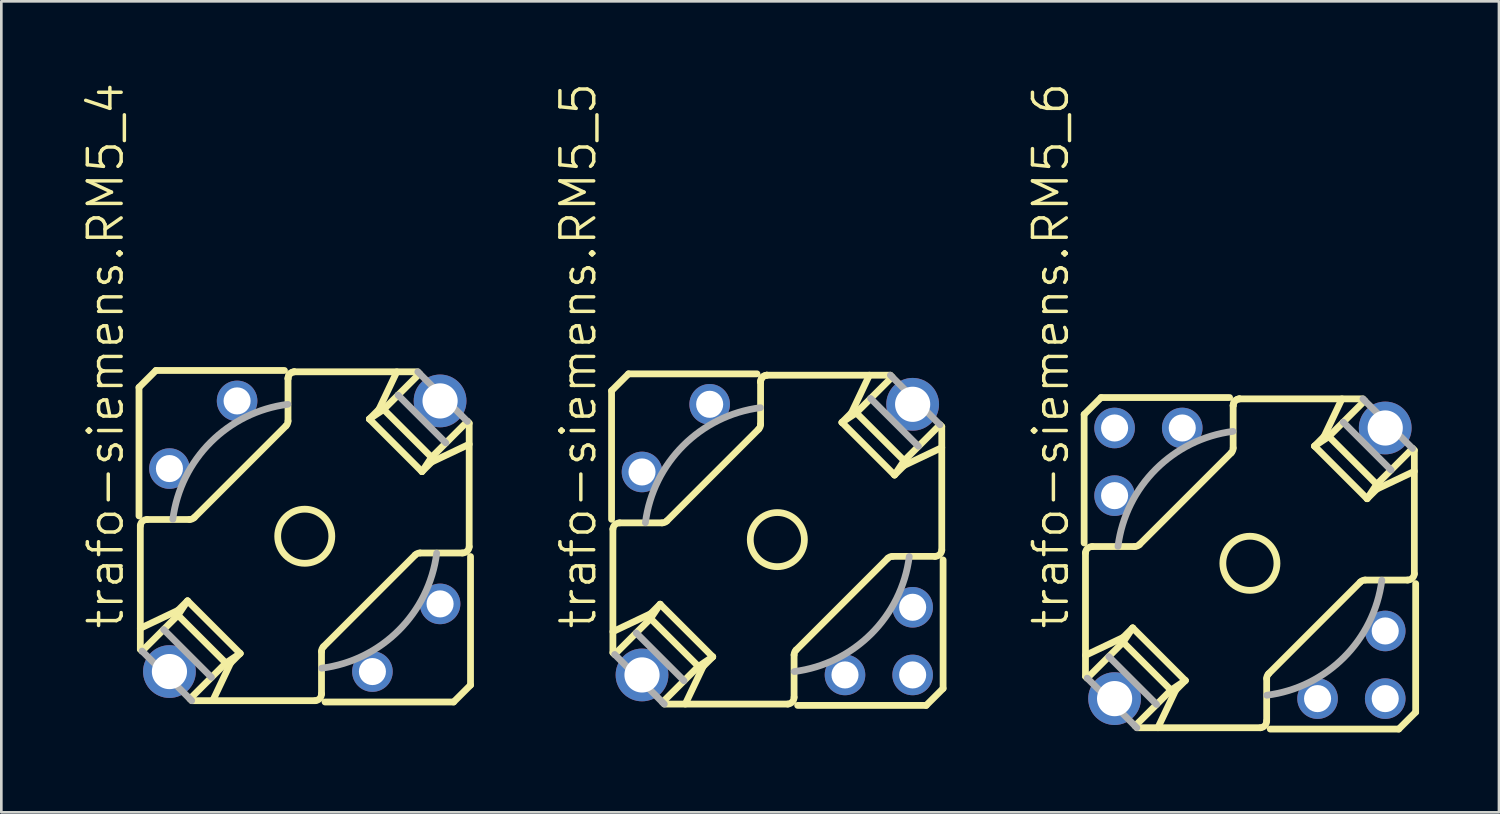
<source format=kicad_pcb>
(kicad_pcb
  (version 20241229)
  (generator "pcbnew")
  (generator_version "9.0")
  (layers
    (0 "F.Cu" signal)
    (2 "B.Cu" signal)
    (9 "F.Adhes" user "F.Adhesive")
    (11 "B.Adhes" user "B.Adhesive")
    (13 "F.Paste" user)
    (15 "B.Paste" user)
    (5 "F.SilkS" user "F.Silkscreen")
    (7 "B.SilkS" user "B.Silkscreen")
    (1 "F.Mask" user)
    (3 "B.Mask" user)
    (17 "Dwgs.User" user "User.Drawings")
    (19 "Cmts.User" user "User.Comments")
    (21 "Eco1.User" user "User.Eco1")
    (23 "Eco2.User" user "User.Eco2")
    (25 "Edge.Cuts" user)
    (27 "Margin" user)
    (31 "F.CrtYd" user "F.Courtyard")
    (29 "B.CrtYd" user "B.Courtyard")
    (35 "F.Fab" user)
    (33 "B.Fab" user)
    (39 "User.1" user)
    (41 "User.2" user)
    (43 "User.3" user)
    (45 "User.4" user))
  (footprint "trafo-siemens.RM5_4"
    (layer "F.Cu")
    (at 8.391 17.081)
    (property "Reference" "trafo-siemens.RM5_4" (at -6.731 3.556 90) (layer "F.SilkS") (effects (font (size 1.27 1.27) (thickness 0.13)) (justify left bottom)))
    (attr through_hole)
    (fp_line (start -6.223 -5.588) (end -6.223 -0.762) (stroke (width 0.254) (type default)) (layer "F.SilkS"))
    (fp_line (start -6.173 -0.396) (end -6.173 4.244) (stroke (width 0.254) (type default)) (layer "F.SilkS"))
    (fp_line (start -6.173 3.455) (end -4.76 2.784) (stroke (width 0.254) (type default)) (layer "F.SilkS"))
    (fp_line (start -6.107 4.311) (end -6.173 4.244) (stroke (width 0.254) (type default)) (layer "F.SilkS"))
    (fp_line (start -5.588 -6.223) (end -6.223 -5.588) (stroke (width 0.254) (type default)) (layer "F.SilkS"))
    (fp_line (start -4.76 2.963) (end -6.107 4.311) (stroke (width 0.254) (type default)) (layer "F.SilkS"))
    (fp_line (start -4.76 2.963) (end -4.4 2.425) (stroke (width 0.254) (type default)) (layer "F.SilkS"))
    (fp_line (start -4.4 2.425) (end -4.76 2.784) (stroke (width 0.254) (type default)) (layer "F.SilkS"))
    (fp_line (start -4.4 2.425) (end -2.425 4.4) (stroke (width 0.254) (type default)) (layer "F.SilkS"))
    (fp_line (start -4.326 -0.629) (end -5.92 -0.629) (stroke (width 0.254) (type default)) (layer "F.SilkS"))
    (fp_line (start -4.146 -0.703) (end -0.703 -4.146) (stroke (width 0.254) (type default)) (layer "F.SilkS"))
    (fp_line (start -3.455 6.173) (end -2.784 4.76) (stroke (width 0.254) (type default)) (layer "F.SilkS"))
    (fp_line (start -2.963 4.76) (end -4.76 2.963) (stroke (width 0.254) (type default)) (layer "F.SilkS"))
    (fp_line (start -2.963 4.76) (end -4.311 6.107) (stroke (width 0.254) (type default)) (layer "F.SilkS"))
    (fp_line (start -2.963 4.76) (end -2.425 4.4) (stroke (width 0.254) (type default)) (layer "F.SilkS"))
    (fp_line (start -2.425 4.4) (end -2.784 4.76) (stroke (width 0.254) (type default)) (layer "F.SilkS"))
    (fp_line (start -0.762 -6.223) (end -5.588 -6.223) (stroke (width 0.254) (type default)) (layer "F.SilkS"))
    (fp_line (start -0.629 -4.326) (end -0.629 -5.92) (stroke (width 0.254) (type default)) (layer "F.SilkS"))
    (fp_line (start 0.396 6.173) (end -4.244 6.173) (stroke (width 0.254) (type default)) (layer "F.SilkS"))
    (fp_line (start 0.629 5.92) (end 0.629 4.326) (stroke (width 0.254) (type default)) (layer "F.SilkS"))
    (fp_line (start 0.703 4.146) (end 4.146 0.703) (stroke (width 0.254) (type default)) (layer "F.SilkS"))
    (fp_line (start 0.762 6.223) (end 5.588 6.223) (stroke (width 0.254) (type default)) (layer "F.SilkS"))
    (fp_line (start 2.425 -4.4) (end 2.784 -4.76) (stroke (width 0.254) (type default)) (layer "F.SilkS"))
    (fp_line (start 2.425 -4.4) (end 4.4 -2.425) (stroke (width 0.254) (type default)) (layer "F.SilkS"))
    (fp_line (start 2.963 -4.76) (end 2.425 -4.4) (stroke (width 0.254) (type default)) (layer "F.SilkS"))
    (fp_line (start 2.963 -4.76) (end 3.502 -5.298) (stroke (width 0.254) (type default)) (layer "F.SilkS"))
    (fp_line (start 3.455 -6.173) (end 2.784 -4.76) (stroke (width 0.254) (type default)) (layer "F.SilkS"))
    (fp_line (start 3.502 -5.298) (end 4.311 -6.107) (stroke (width 0.254) (type default)) (layer "F.SilkS"))
    (fp_line (start 4.244 -6.173) (end -0.396 -6.173) (stroke (width 0.254) (type default)) (layer "F.SilkS"))
    (fp_line (start 4.4 -2.425) (end 4.76 -2.784) (stroke (width 0.254) (type default)) (layer "F.SilkS"))
    (fp_line (start 4.76 -2.963) (end 2.963 -4.76) (stroke (width 0.254) (type default)) (layer "F.SilkS"))
    (fp_line (start 4.76 -2.963) (end 4.4 -2.425) (stroke (width 0.254) (type default)) (layer "F.SilkS"))
    (fp_line (start 4.76 -2.963) (end 6.107 -4.311) (stroke (width 0.254) (type default)) (layer "F.SilkS"))
    (fp_line (start 5.588 6.223) (end 6.223 5.588) (stroke (width 0.254) (type default)) (layer "F.SilkS"))
    (fp_line (start 5.92 0.629) (end 4.326 0.629) (stroke (width 0.254) (type default)) (layer "F.SilkS"))
    (fp_line (start 6.173 -4.244) (end 6.107 -4.311) (stroke (width 0.254) (type default)) (layer "F.SilkS"))
    (fp_line (start 6.173 -4.244) (end 6.173 0.396) (stroke (width 0.254) (type default)) (layer "F.SilkS"))
    (fp_line (start 6.173 -3.455) (end 4.76 -2.784) (stroke (width 0.254) (type default)) (layer "F.SilkS"))
    (fp_line (start 6.223 5.588) (end 6.223 0.762) (stroke (width 0.254) (type default)) (layer "F.SilkS"))
    (fp_arc (start -6.1734 -0.3961) (mid -6.092158 -0.56173) (end -5.9203 -0.6288) (stroke (width 0.254) (type default)) (layer "F.SilkS"))
    (fp_arc (start -4.1463 -0.703) (mid -4.228701 -0.647938) (end -4.3259 -0.6286) (stroke (width 0.254) (type default)) (layer "F.SilkS"))
    (fp_arc (start -0.6286 -5.9203) (mid -0.561724 -6.092269) (end -0.3961 -6.1736) (stroke (width 0.254) (type default)) (layer "F.SilkS"))
    (fp_arc (start -0.6286 -5.9203) (mid -0.561724 -6.092269) (end -0.3961 -6.1736) (stroke (width 0.254) (type default)) (layer "F.SilkS"))
    (fp_arc (start -0.6286 -4.3259) (mid -0.647938 -4.228701) (end -0.703 -4.1463) (stroke (width 0.254) (type default)) (layer "F.SilkS"))
    (fp_arc (start 0.6285 5.9203) (mid 0.561619 6.092136) (end 0.3961 6.1734) (stroke (width 0.254) (type default)) (layer "F.SilkS"))
    (fp_arc (start 0.6286 4.3259) (mid 0.647938 4.228701) (end 0.703 4.1463) (stroke (width 0.254) (type default)) (layer "F.SilkS"))
    (fp_arc (start 4.1463 0.703) (mid 4.228701 0.647938) (end 4.3259 0.6286) (stroke (width 0.254) (type default)) (layer "F.SilkS"))
    (fp_arc (start 6.1733 0.3961) (mid 6.09208 0.561622) (end 5.9203 0.6286) (stroke (width 0.254) (type default)) (layer "F.SilkS"))
    (fp_circle (center 0 0) (end 1.016 0) (stroke (width 0.254) (type default)) (fill no) (layer "F.SilkS"))
    (fp_line (start -5.298 3.502) (end -3.502 5.298) (stroke (width 0.254) (type default)) (layer "F.Fab"))
    (fp_line (start -4.244 6.173) (end -6.107 4.311) (stroke (width 0.254) (type default)) (layer "F.Fab"))
    (fp_line (start 3.502 -5.298) (end 5.298 -3.502) (stroke (width 0.254) (type default)) (layer "F.Fab"))
    (fp_line (start 6.107 -4.311) (end 4.244 -6.173) (stroke (width 0.254) (type default)) (layer "F.Fab"))
    (fp_arc (start -4.953 -0.635) (mid -3.530965 -3.530965) (end -0.635 -4.953) (stroke (width 0.254) (type default)) (layer "F.Fab"))
    (fp_arc (start 4.953 0.635) (mid 3.530965 3.530965) (end 0.635 4.953) (stroke (width 0.254) (type default)) (layer "F.Fab"))
    (pad "2" thru_hole circle (at 5.08 2.54) (size 1.524 1.524) (drill 1.016) (layers "*.Cu" "*.Mask"))
    (pad "3" thru_hole circle (at -2.54 -5.08) (size 1.524 1.524) (drill 1.016) (layers "*.Cu" "*.Mask"))
    (pad "5" thru_hole circle (at -5.08 -2.54) (size 1.524 1.524) (drill 1.016) (layers "*.Cu" "*.Mask"))
    (pad "6" thru_hole circle (at 2.54 5.08) (size 1.524 1.524) (drill 1.016) (layers "*.Cu" "*.Mask"))
    (pad "M" thru_hole circle (at -5.08 5.08) (size 1.981 1.981) (drill 1.321) (layers "*.Cu" "*.Mask"))
    (pad "M1" thru_hole circle (at 5.08 -5.08) (size 1.981 1.981) (drill 1.321) (layers "*.Cu" "*.Mask")))
  (footprint "trafo-siemens.RM5_6"
    (layer "F.Cu")
    (at 43.873 18.097)
    (property "Reference" "trafo-siemens.RM5_6" (at -6.731 2.54 90) (layer "F.SilkS") (effects (font (size 1.27 1.27) (thickness 0.13)) (justify left bottom)))
    (attr through_hole)
    (fp_line (start -6.223 -5.588) (end -6.223 -0.762) (stroke (width 0.254) (type default)) (layer "F.SilkS"))
    (fp_line (start -6.173 -0.396) (end -6.173 4.244) (stroke (width 0.254) (type default)) (layer "F.SilkS"))
    (fp_line (start -6.173 3.455) (end -4.76 2.784) (stroke (width 0.254) (type default)) (layer "F.SilkS"))
    (fp_line (start -6.107 4.311) (end -6.173 4.244) (stroke (width 0.254) (type default)) (layer "F.SilkS"))
    (fp_line (start -5.588 -6.223) (end -6.223 -5.588) (stroke (width 0.254) (type default)) (layer "F.SilkS"))
    (fp_line (start -4.76 2.963) (end -6.107 4.311) (stroke (width 0.254) (type default)) (layer "F.SilkS"))
    (fp_line (start -4.76 2.963) (end -4.4 2.425) (stroke (width 0.254) (type default)) (layer "F.SilkS"))
    (fp_line (start -4.4 2.425) (end -4.76 2.784) (stroke (width 0.254) (type default)) (layer "F.SilkS"))
    (fp_line (start -4.4 2.425) (end -2.425 4.4) (stroke (width 0.254) (type default)) (layer "F.SilkS"))
    (fp_line (start -4.326 -0.629) (end -5.92 -0.629) (stroke (width 0.254) (type default)) (layer "F.SilkS"))
    (fp_line (start -4.146 -0.703) (end -0.703 -4.146) (stroke (width 0.254) (type default)) (layer "F.SilkS"))
    (fp_line (start -3.455 6.173) (end -2.784 4.76) (stroke (width 0.254) (type default)) (layer "F.SilkS"))
    (fp_line (start -2.963 4.76) (end -4.76 2.963) (stroke (width 0.254) (type default)) (layer "F.SilkS"))
    (fp_line (start -2.963 4.76) (end -4.311 6.107) (stroke (width 0.254) (type default)) (layer "F.SilkS"))
    (fp_line (start -2.963 4.76) (end -2.425 4.4) (stroke (width 0.254) (type default)) (layer "F.SilkS"))
    (fp_line (start -2.425 4.4) (end -2.784 4.76) (stroke (width 0.254) (type default)) (layer "F.SilkS"))
    (fp_line (start -0.762 -6.223) (end -5.588 -6.223) (stroke (width 0.254) (type default)) (layer "F.SilkS"))
    (fp_line (start -0.629 -4.326) (end -0.629 -5.92) (stroke (width 0.254) (type default)) (layer "F.SilkS"))
    (fp_line (start 0.396 6.173) (end -4.244 6.173) (stroke (width 0.254) (type default)) (layer "F.SilkS"))
    (fp_line (start 0.629 5.92) (end 0.629 4.326) (stroke (width 0.254) (type default)) (layer "F.SilkS"))
    (fp_line (start 0.703 4.146) (end 4.146 0.703) (stroke (width 0.254) (type default)) (layer "F.SilkS"))
    (fp_line (start 0.762 6.223) (end 5.588 6.223) (stroke (width 0.254) (type default)) (layer "F.SilkS"))
    (fp_line (start 2.425 -4.4) (end 2.784 -4.76) (stroke (width 0.254) (type default)) (layer "F.SilkS"))
    (fp_line (start 2.425 -4.4) (end 4.4 -2.425) (stroke (width 0.254) (type default)) (layer "F.SilkS"))
    (fp_line (start 2.963 -4.76) (end 2.425 -4.4) (stroke (width 0.254) (type default)) (layer "F.SilkS"))
    (fp_line (start 2.963 -4.76) (end 3.502 -5.298) (stroke (width 0.254) (type default)) (layer "F.SilkS"))
    (fp_line (start 3.455 -6.173) (end 2.784 -4.76) (stroke (width 0.254) (type default)) (layer "F.SilkS"))
    (fp_line (start 3.502 -5.298) (end 4.311 -6.107) (stroke (width 0.254) (type default)) (layer "F.SilkS"))
    (fp_line (start 4.244 -6.173) (end -0.396 -6.173) (stroke (width 0.254) (type default)) (layer "F.SilkS"))
    (fp_line (start 4.4 -2.425) (end 4.76 -2.784) (stroke (width 0.254) (type default)) (layer "F.SilkS"))
    (fp_line (start 4.76 -2.963) (end 2.963 -4.76) (stroke (width 0.254) (type default)) (layer "F.SilkS"))
    (fp_line (start 4.76 -2.963) (end 4.4 -2.425) (stroke (width 0.254) (type default)) (layer "F.SilkS"))
    (fp_line (start 4.76 -2.963) (end 6.107 -4.311) (stroke (width 0.254) (type default)) (layer "F.SilkS"))
    (fp_line (start 5.588 6.223) (end 6.223 5.588) (stroke (width 0.254) (type default)) (layer "F.SilkS"))
    (fp_line (start 5.92 0.629) (end 4.326 0.629) (stroke (width 0.254) (type default)) (layer "F.SilkS"))
    (fp_line (start 6.173 -4.244) (end 6.107 -4.311) (stroke (width 0.254) (type default)) (layer "F.SilkS"))
    (fp_line (start 6.173 -4.244) (end 6.173 0.396) (stroke (width 0.254) (type default)) (layer "F.SilkS"))
    (fp_line (start 6.173 -3.455) (end 4.76 -2.784) (stroke (width 0.254) (type default)) (layer "F.SilkS"))
    (fp_line (start 6.223 5.588) (end 6.223 0.762) (stroke (width 0.254) (type default)) (layer "F.SilkS"))
    (fp_arc (start -6.1734 -0.3961) (mid -6.092158 -0.56173) (end -5.9203 -0.6288) (stroke (width 0.254) (type default)) (layer "F.SilkS"))
    (fp_arc (start -4.1463 -0.703) (mid -4.228701 -0.647938) (end -4.3259 -0.6286) (stroke (width 0.254) (type default)) (layer "F.SilkS"))
    (fp_arc (start -0.6286 -5.9203) (mid -0.561724 -6.092269) (end -0.3961 -6.1736) (stroke (width 0.254) (type default)) (layer "F.SilkS"))
    (fp_arc (start -0.6286 -5.9203) (mid -0.561724 -6.092269) (end -0.3961 -6.1736) (stroke (width 0.254) (type default)) (layer "F.SilkS"))
    (fp_arc (start -0.6286 -4.3259) (mid -0.647938 -4.228701) (end -0.703 -4.1463) (stroke (width 0.254) (type default)) (layer "F.SilkS"))
    (fp_arc (start 0.6285 5.9203) (mid 0.561619 6.092136) (end 0.3961 6.1734) (stroke (width 0.254) (type default)) (layer "F.SilkS"))
    (fp_arc (start 0.6286 4.3259) (mid 0.647938 4.228701) (end 0.703 4.1463) (stroke (width 0.254) (type default)) (layer "F.SilkS"))
    (fp_arc (start 4.1463 0.703) (mid 4.228701 0.647938) (end 4.3259 0.6286) (stroke (width 0.254) (type default)) (layer "F.SilkS"))
    (fp_arc (start 6.1733 0.3961) (mid 6.09208 0.561622) (end 5.9203 0.6286) (stroke (width 0.254) (type default)) (layer "F.SilkS"))
    (fp_circle (center 0 0) (end 1.016 0) (stroke (width 0.254) (type default)) (fill no) (layer "F.SilkS"))
    (fp_line (start -5.298 3.502) (end -3.502 5.298) (stroke (width 0.254) (type default)) (layer "F.Fab"))
    (fp_line (start -4.244 6.173) (end -6.107 4.311) (stroke (width 0.254) (type default)) (layer "F.Fab"))
    (fp_line (start 3.502 -5.298) (end 5.298 -3.502) (stroke (width 0.254) (type default)) (layer "F.Fab"))
    (fp_line (start 6.107 -4.311) (end 4.244 -6.173) (stroke (width 0.254) (type default)) (layer "F.Fab"))
    (fp_arc (start -4.953 -0.635) (mid -3.530965 -3.530965) (end -0.635 -4.953) (stroke (width 0.254) (type default)) (layer "F.Fab"))
    (fp_arc (start 4.953 0.635) (mid 3.530965 3.530965) (end 0.635 4.953) (stroke (width 0.254) (type default)) (layer "F.Fab"))
    (pad "1" thru_hole circle (at 5.08 5.08) (size 1.524 1.524) (drill 1.016) (layers "*.Cu" "*.Mask"))
    (pad "2" thru_hole circle (at 5.08 2.54) (size 1.524 1.524) (drill 1.016) (layers "*.Cu" "*.Mask"))
    (pad "3" thru_hole circle (at -2.54 -5.08) (size 1.524 1.524) (drill 1.016) (layers "*.Cu" "*.Mask"))
    (pad "4" thru_hole circle (at -5.08 -5.08) (size 1.524 1.524) (drill 1.016) (layers "*.Cu" "*.Mask"))
    (pad "5" thru_hole circle (at -5.08 -2.54) (size 1.524 1.524) (drill 1.016) (layers "*.Cu" "*.Mask"))
    (pad "6" thru_hole circle (at 2.54 5.08) (size 1.524 1.524) (drill 1.016) (layers "*.Cu" "*.Mask"))
    (pad "M" thru_hole circle (at -5.08 5.08) (size 1.981 1.981) (drill 1.321) (layers "*.Cu" "*.Mask"))
    (pad "M1" thru_hole circle (at 5.08 -5.08) (size 1.981 1.981) (drill 1.321) (layers "*.Cu" "*.Mask")))
  (footprint "trafo-siemens.RM5_5"
    (layer "F.Cu")
    (at 26.132 17.208)
    (property "Reference" "trafo-siemens.RM5_5" (at -6.731 3.429 90) (layer "F.SilkS") (effects (font (size 1.27 1.27) (thickness 0.13)) (justify left bottom)))
    (attr through_hole)
    (fp_line (start -6.223 -5.588) (end -6.223 -0.762) (stroke (width 0.254) (type default)) (layer "F.SilkS"))
    (fp_line (start -6.173 -0.396) (end -6.173 4.244) (stroke (width 0.254) (type default)) (layer "F.SilkS"))
    (fp_line (start -6.173 3.455) (end -4.76 2.784) (stroke (width 0.254) (type default)) (layer "F.SilkS"))
    (fp_line (start -6.107 4.311) (end -6.173 4.244) (stroke (width 0.254) (type default)) (layer "F.SilkS"))
    (fp_line (start -5.588 -6.223) (end -6.223 -5.588) (stroke (width 0.254) (type default)) (layer "F.SilkS"))
    (fp_line (start -4.76 2.963) (end -6.107 4.311) (stroke (width 0.254) (type default)) (layer "F.SilkS"))
    (fp_line (start -4.76 2.963) (end -4.4 2.425) (stroke (width 0.254) (type default)) (layer "F.SilkS"))
    (fp_line (start -4.4 2.425) (end -4.76 2.784) (stroke (width 0.254) (type default)) (layer "F.SilkS"))
    (fp_line (start -4.4 2.425) (end -2.425 4.4) (stroke (width 0.254) (type default)) (layer "F.SilkS"))
    (fp_line (start -4.326 -0.629) (end -5.92 -0.629) (stroke (width 0.254) (type default)) (layer "F.SilkS"))
    (fp_line (start -4.146 -0.703) (end -0.703 -4.146) (stroke (width 0.254) (type default)) (layer "F.SilkS"))
    (fp_line (start -3.455 6.173) (end -2.784 4.76) (stroke (width 0.254) (type default)) (layer "F.SilkS"))
    (fp_line (start -2.963 4.76) (end -4.76 2.963) (stroke (width 0.254) (type default)) (layer "F.SilkS"))
    (fp_line (start -2.963 4.76) (end -4.311 6.107) (stroke (width 0.254) (type default)) (layer "F.SilkS"))
    (fp_line (start -2.963 4.76) (end -2.425 4.4) (stroke (width 0.254) (type default)) (layer "F.SilkS"))
    (fp_line (start -2.425 4.4) (end -2.784 4.76) (stroke (width 0.254) (type default)) (layer "F.SilkS"))
    (fp_line (start -0.762 -6.223) (end -5.588 -6.223) (stroke (width 0.254) (type default)) (layer "F.SilkS"))
    (fp_line (start -0.629 -4.326) (end -0.629 -5.92) (stroke (width 0.254) (type default)) (layer "F.SilkS"))
    (fp_line (start 0.396 6.173) (end -4.244 6.173) (stroke (width 0.254) (type default)) (layer "F.SilkS"))
    (fp_line (start 0.629 5.92) (end 0.629 4.326) (stroke (width 0.254) (type default)) (layer "F.SilkS"))
    (fp_line (start 0.703 4.146) (end 4.146 0.703) (stroke (width 0.254) (type default)) (layer "F.SilkS"))
    (fp_line (start 0.762 6.223) (end 5.588 6.223) (stroke (width 0.254) (type default)) (layer "F.SilkS"))
    (fp_line (start 2.425 -4.4) (end 2.784 -4.76) (stroke (width 0.254) (type default)) (layer "F.SilkS"))
    (fp_line (start 2.425 -4.4) (end 4.4 -2.425) (stroke (width 0.254) (type default)) (layer "F.SilkS"))
    (fp_line (start 2.963 -4.76) (end 2.425 -4.4) (stroke (width 0.254) (type default)) (layer "F.SilkS"))
    (fp_line (start 2.963 -4.76) (end 3.502 -5.298) (stroke (width 0.254) (type default)) (layer "F.SilkS"))
    (fp_line (start 3.455 -6.173) (end 2.784 -4.76) (stroke (width 0.254) (type default)) (layer "F.SilkS"))
    (fp_line (start 3.502 -5.298) (end 4.311 -6.107) (stroke (width 0.254) (type default)) (layer "F.SilkS"))
    (fp_line (start 4.244 -6.173) (end -0.396 -6.173) (stroke (width 0.254) (type default)) (layer "F.SilkS"))
    (fp_line (start 4.4 -2.425) (end 4.76 -2.784) (stroke (width 0.254) (type default)) (layer "F.SilkS"))
    (fp_line (start 4.76 -2.963) (end 2.963 -4.76) (stroke (width 0.254) (type default)) (layer "F.SilkS"))
    (fp_line (start 4.76 -2.963) (end 4.4 -2.425) (stroke (width 0.254) (type default)) (layer "F.SilkS"))
    (fp_line (start 4.76 -2.963) (end 6.107 -4.311) (stroke (width 0.254) (type default)) (layer "F.SilkS"))
    (fp_line (start 5.588 6.223) (end 6.223 5.588) (stroke (width 0.254) (type default)) (layer "F.SilkS"))
    (fp_line (start 5.92 0.629) (end 4.326 0.629) (stroke (width 0.254) (type default)) (layer "F.SilkS"))
    (fp_line (start 6.173 -4.244) (end 6.107 -4.311) (stroke (width 0.254) (type default)) (layer "F.SilkS"))
    (fp_line (start 6.173 -4.244) (end 6.173 0.396) (stroke (width 0.254) (type default)) (layer "F.SilkS"))
    (fp_line (start 6.173 -3.455) (end 4.76 -2.784) (stroke (width 0.254) (type default)) (layer "F.SilkS"))
    (fp_line (start 6.223 5.588) (end 6.223 0.762) (stroke (width 0.254) (type default)) (layer "F.SilkS"))
    (fp_arc (start -6.1734 -0.3961) (mid -6.092158 -0.56173) (end -5.9203 -0.6288) (stroke (width 0.254) (type default)) (layer "F.SilkS"))
    (fp_arc (start -4.1463 -0.703) (mid -4.228701 -0.647938) (end -4.3259 -0.6286) (stroke (width 0.254) (type default)) (layer "F.SilkS"))
    (fp_arc (start -0.6286 -5.9203) (mid -0.561724 -6.092269) (end -0.3961 -6.1736) (stroke (width 0.254) (type default)) (layer "F.SilkS"))
    (fp_arc (start -0.6286 -5.9203) (mid -0.561724 -6.092269) (end -0.3961 -6.1736) (stroke (width 0.254) (type default)) (layer "F.SilkS"))
    (fp_arc (start -0.6286 -4.3259) (mid -0.647938 -4.228701) (end -0.703 -4.1463) (stroke (width 0.254) (type default)) (layer "F.SilkS"))
    (fp_arc (start 0.6285 5.9203) (mid 0.561619 6.092136) (end 0.3961 6.1734) (stroke (width 0.254) (type default)) (layer "F.SilkS"))
    (fp_arc (start 0.6286 4.3259) (mid 0.647938 4.228701) (end 0.703 4.1463) (stroke (width 0.254) (type default)) (layer "F.SilkS"))
    (fp_arc (start 4.1463 0.703) (mid 4.228701 0.647938) (end 4.3259 0.6286) (stroke (width 0.254) (type default)) (layer "F.SilkS"))
    (fp_arc (start 6.1733 0.3961) (mid 6.09208 0.561622) (end 5.9203 0.6286) (stroke (width 0.254) (type default)) (layer "F.SilkS"))
    (fp_circle (center 0 0) (end 1.016 0) (stroke (width 0.254) (type default)) (fill no) (layer "F.SilkS"))
    (fp_line (start -5.298 3.502) (end -3.502 5.298) (stroke (width 0.254) (type default)) (layer "F.Fab"))
    (fp_line (start -4.244 6.173) (end -6.107 4.311) (stroke (width 0.254) (type default)) (layer "F.Fab"))
    (fp_line (start 3.502 -5.298) (end 5.298 -3.502) (stroke (width 0.254) (type default)) (layer "F.Fab"))
    (fp_line (start 6.107 -4.311) (end 4.244 -6.173) (stroke (width 0.254) (type default)) (layer "F.Fab"))
    (fp_arc (start -4.953 -0.635) (mid -3.530965 -3.530965) (end -0.635 -4.953) (stroke (width 0.254) (type default)) (layer "F.Fab"))
    (fp_arc (start 4.953 0.635) (mid 3.530965 3.530965) (end 0.635 4.953) (stroke (width 0.254) (type default)) (layer "F.Fab"))
    (pad "1" thru_hole circle (at 5.08 5.08) (size 1.524 1.524) (drill 1.016) (layers "*.Cu" "*.Mask"))
    (pad "2" thru_hole circle (at 5.08 2.54) (size 1.524 1.524) (drill 1.016) (layers "*.Cu" "*.Mask"))
    (pad "3" thru_hole circle (at -2.54 -5.08) (size 1.524 1.524) (drill 1.016) (layers "*.Cu" "*.Mask"))
    (pad "5" thru_hole circle (at -5.08 -2.54) (size 1.524 1.524) (drill 1.016) (layers "*.Cu" "*.Mask"))
    (pad "6" thru_hole circle (at 2.54 5.08) (size 1.524 1.524) (drill 1.016) (layers "*.Cu" "*.Mask"))
    (pad "M" thru_hole circle (at -5.08 5.08) (size 1.981 1.981) (drill 1.321) (layers "*.Cu" "*.Mask"))
    (pad "M1" thru_hole circle (at 5.08 -5.08) (size 1.981 1.981) (drill 1.321) (layers "*.Cu" "*.Mask")))
  (gr_rect
    (start -3 -3)
    (end 53.223 27.447)
    (stroke (width 0.1) (type default))
    (fill no)
    (layer "Edge.Cuts")))
</source>
